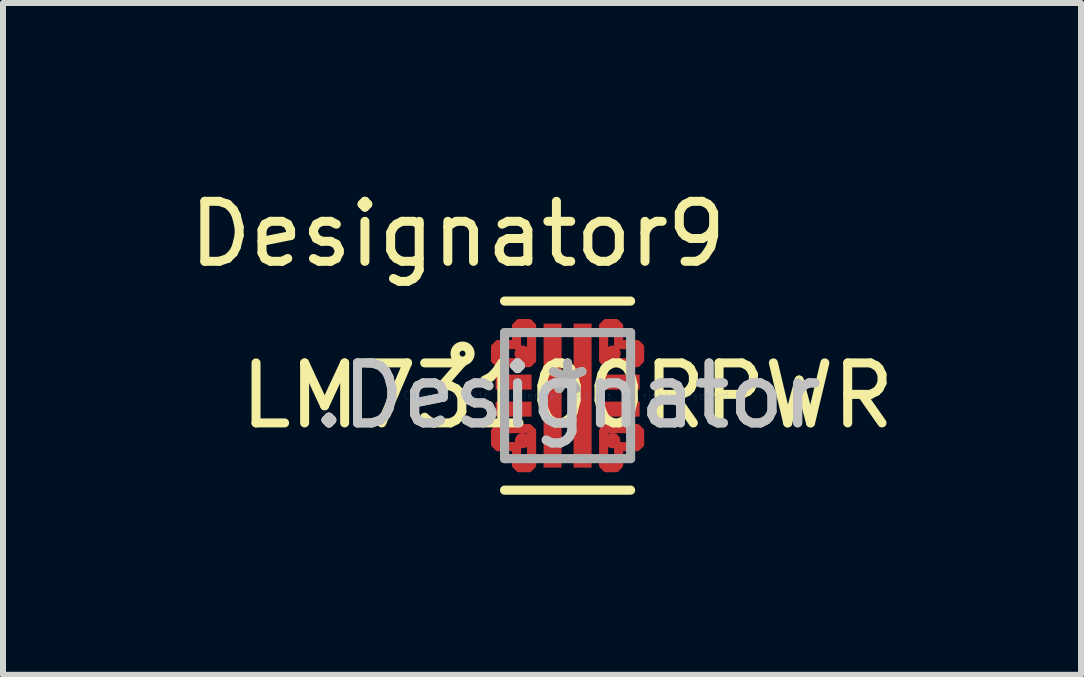
<source format=kicad_pcb>
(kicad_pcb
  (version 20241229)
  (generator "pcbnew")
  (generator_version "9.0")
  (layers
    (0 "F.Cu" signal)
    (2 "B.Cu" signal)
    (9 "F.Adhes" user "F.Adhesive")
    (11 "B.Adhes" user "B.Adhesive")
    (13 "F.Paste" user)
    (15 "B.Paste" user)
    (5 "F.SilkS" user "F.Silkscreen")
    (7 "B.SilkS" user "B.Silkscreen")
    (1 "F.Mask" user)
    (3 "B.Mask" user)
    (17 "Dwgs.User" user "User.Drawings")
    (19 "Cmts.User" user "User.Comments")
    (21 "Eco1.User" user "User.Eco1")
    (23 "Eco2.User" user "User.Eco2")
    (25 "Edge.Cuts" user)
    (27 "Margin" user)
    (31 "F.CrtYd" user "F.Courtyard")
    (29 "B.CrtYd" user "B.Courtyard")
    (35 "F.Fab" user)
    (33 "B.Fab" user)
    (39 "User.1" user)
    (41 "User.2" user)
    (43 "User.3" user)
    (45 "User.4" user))
  (footprint "LM73100RPWR"
    (layer "F.Cu")
    (at 6.406 3.541)
    (property "Reference" "LM73100RPWR" (at 0 0 0) (layer "F.SilkS") (effects (font (size 1 1) (thickness 0.15))))
    (attr through_hole)
    (fp_line (start -1.2 -0.8) (end -1.15 -0.85) (stroke (width 0.152) (type solid)) (layer "F.Cu"))
    (fp_line (start -1.2 -0.6) (end -1.2 -0.8) (stroke (width 0.152) (type solid)) (layer "F.Cu"))
    (fp_line (start -1.2 0.6) (end -1.2 0.8) (stroke (width 0.152) (type solid)) (layer "F.Cu"))
    (fp_line (start -1.2 0.8) (end -1.15 0.85) (stroke (width 0.152) (type solid)) (layer "F.Cu"))
    (fp_line (start -1.15 -0.85) (end -0.85 -0.85) (stroke (width 0.152) (type solid)) (layer "F.Cu"))
    (fp_line (start -1.15 -0.55) (end -1.2 -0.6) (stroke (width 0.152) (type solid)) (layer "F.Cu"))
    (fp_line (start -1.15 0.55) (end -1.2 0.6) (stroke (width 0.152) (type solid)) (layer "F.Cu"))
    (fp_line (start -1.15 0.85) (end -0.85 0.85) (stroke (width 0.152) (type solid)) (layer "F.Cu"))
    (fp_line (start -0.85 -1.15) (end -0.8 -1.2) (stroke (width 0.152) (type solid)) (layer "F.Cu"))
    (fp_line (start -0.85 -0.85) (end -0.85 -1.15) (stroke (width 0.152) (type solid)) (layer "F.Cu"))
    (fp_line (start -0.85 0.85) (end -0.85 1.15) (stroke (width 0.152) (type solid)) (layer "F.Cu"))
    (fp_line (start -0.85 1.15) (end -0.8 1.2) (stroke (width 0.152) (type solid)) (layer "F.Cu"))
    (fp_line (start -0.8 -1.2) (end -0.65 -1.2) (stroke (width 0.152) (type solid)) (layer "F.Cu"))
    (fp_line (start -0.8 1.2) (end -0.65 1.2) (stroke (width 0.152) (type solid)) (layer "F.Cu"))
    (fp_line (start -0.65 -1.2) (end -0.6 -1.15) (stroke (width 0.152) (type solid)) (layer "F.Cu"))
    (fp_line (start -0.65 -0.55) (end -1.15 -0.55) (stroke (width 0.152) (type solid)) (layer "F.Cu"))
    (fp_line (start -0.65 0.55) (end -1.15 0.55) (stroke (width 0.152) (type solid)) (layer "F.Cu"))
    (fp_line (start -0.65 1.2) (end -0.6 1.15) (stroke (width 0.152) (type solid)) (layer "F.Cu"))
    (fp_line (start -0.6 0.6) (end -0.65 0.55) (stroke (width 0.152) (type solid)) (layer "F.Cu"))
    (fp_line (start -0.6 -1.15) (end -0.6 -0.6) (stroke (width 0.152) (type solid)) (layer "F.Cu"))
    (fp_line (start -0.6 -0.6) (end -0.65 -0.55) (stroke (width 0.152) (type solid)) (layer "F.Cu"))
    (fp_line (start -0.6 1.15) (end -0.6 0.6) (stroke (width 0.152) (type solid)) (layer "F.Cu"))
    (fp_line (start 0.6 -1.15) (end 0.6 -0.6) (stroke (width 0.152) (type solid)) (layer "F.Cu"))
    (fp_line (start 0.6 -0.6) (end 0.65 -0.55) (stroke (width 0.152) (type solid)) (layer "F.Cu"))
    (fp_line (start 0.6 0.6) (end 0.65 0.55) (stroke (width 0.152) (type solid)) (layer "F.Cu"))
    (fp_line (start 0.6 1.15) (end 0.6 0.6) (stroke (width 0.152) (type solid)) (layer "F.Cu"))
    (fp_line (start 0.65 -1.2) (end 0.6 -1.15) (stroke (width 0.152) (type solid)) (layer "F.Cu"))
    (fp_line (start 0.65 -0.55) (end 1.15 -0.55) (stroke (width 0.152) (type solid)) (layer "F.Cu"))
    (fp_line (start 0.65 0.55) (end 1.15 0.55) (stroke (width 0.152) (type solid)) (layer "F.Cu"))
    (fp_line (start 0.65 1.2) (end 0.6 1.15) (stroke (width 0.152) (type solid)) (layer "F.Cu"))
    (fp_line (start 0.8 -1.2) (end 0.65 -1.2) (stroke (width 0.152) (type solid)) (layer "F.Cu"))
    (fp_line (start 0.8 1.2) (end 0.65 1.2) (stroke (width 0.152) (type solid)) (layer "F.Cu"))
    (fp_line (start 0.85 -1.15) (end 0.8 -1.2) (stroke (width 0.152) (type solid)) (layer "F.Cu"))
    (fp_line (start 0.85 1.15) (end 0.8 1.2) (stroke (width 0.152) (type solid)) (layer "F.Cu"))
    (fp_line (start 0.85 -0.85) (end 0.85 -1.15) (stroke (width 0.152) (type solid)) (layer "F.Cu"))
    (fp_line (start 0.85 0.85) (end 0.85 1.15) (stroke (width 0.152) (type solid)) (layer "F.Cu"))
    (fp_line (start 1.15 -0.85) (end 0.85 -0.85) (stroke (width 0.152) (type solid)) (layer "F.Cu"))
    (fp_line (start 1.15 -0.55) (end 1.2 -0.6) (stroke (width 0.152) (type solid)) (layer "F.Cu"))
    (fp_line (start 1.15 0.55) (end 1.2 0.6) (stroke (width 0.152) (type solid)) (layer "F.Cu"))
    (fp_line (start 1.15 0.85) (end 0.85 0.85) (stroke (width 0.152) (type solid)) (layer "F.Cu"))
    (fp_line (start 1.2 -0.8) (end 1.15 -0.85) (stroke (width 0.152) (type solid)) (layer "F.Cu"))
    (fp_line (start 1.2 -0.6) (end 1.2 -0.8) (stroke (width 0.152) (type solid)) (layer "F.Cu"))
    (fp_line (start 1.2 0.6) (end 1.2 0.8) (stroke (width 0.152) (type solid)) (layer "F.Cu"))
    (fp_line (start 1.2 0.8) (end 1.15 0.85) (stroke (width 0.152) (type solid)) (layer "F.Cu"))
    (fp_line (start -1.2 -0.8) (end -1.15 -0.85) (stroke (width 0.152) (type solid)) (layer "F.Mask"))
    (fp_line (start -1.2 -0.6) (end -1.2 -0.8) (stroke (width 0.152) (type solid)) (layer "F.Mask"))
    (fp_line (start -1.2 0.6) (end -1.15 0.55) (stroke (width 0.152) (type solid)) (layer "F.Mask"))
    (fp_line (start -1.2 0.8) (end -1.2 0.6) (stroke (width 0.152) (type solid)) (layer "F.Mask"))
    (fp_line (start -1.15 -0.85) (end -0.85 -0.85) (stroke (width 0.152) (type solid)) (layer "F.Mask"))
    (fp_line (start -1.15 -0.55) (end -1.2 -0.6) (stroke (width 0.152) (type solid)) (layer "F.Mask"))
    (fp_line (start -1.15 0.55) (end -0.65 0.55) (stroke (width 0.152) (type solid)) (layer "F.Mask"))
    (fp_line (start -1.15 0.85) (end -1.2 0.8) (stroke (width 0.152) (type solid)) (layer "F.Mask"))
    (fp_line (start -0.85 -1.15) (end -0.8 -1.2) (stroke (width 0.152) (type solid)) (layer "F.Mask"))
    (fp_line (start -0.85 -0.85) (end -0.85 -1.15) (stroke (width 0.152) (type solid)) (layer "F.Mask"))
    (fp_line (start -0.85 0.85) (end -1.15 0.85) (stroke (width 0.152) (type solid)) (layer "F.Mask"))
    (fp_line (start -0.85 1.15) (end -0.85 0.85) (stroke (width 0.152) (type solid)) (layer "F.Mask"))
    (fp_line (start -0.8 -1.2) (end -0.65 -1.2) (stroke (width 0.152) (type solid)) (layer "F.Mask"))
    (fp_line (start -0.8 1.2) (end -0.85 1.15) (stroke (width 0.152) (type solid)) (layer "F.Mask"))
    (fp_line (start -0.65 -1.2) (end -0.6 -1.15) (stroke (width 0.152) (type solid)) (layer "F.Mask"))
    (fp_line (start -0.65 -0.55) (end -1.15 -0.55) (stroke (width 0.152) (type solid)) (layer "F.Mask"))
    (fp_line (start -0.65 0.55) (end -0.6 0.6) (stroke (width 0.152) (type solid)) (layer "F.Mask"))
    (fp_line (start -0.65 1.2) (end -0.8 1.2) (stroke (width 0.152) (type solid)) (layer "F.Mask"))
    (fp_line (start -0.6 0.6) (end -0.6 1.15) (stroke (width 0.152) (type solid)) (layer "F.Mask"))
    (fp_line (start -0.6 -1.15) (end -0.6 -0.6) (stroke (width 0.152) (type solid)) (layer "F.Mask"))
    (fp_line (start -0.6 -0.6) (end -0.65 -0.55) (stroke (width 0.152) (type solid)) (layer "F.Mask"))
    (fp_line (start -0.6 1.15) (end -0.65 1.2) (stroke (width 0.152) (type solid)) (layer "F.Mask"))
    (fp_line (start 0.6 -1.15) (end 0.65 -1.2) (stroke (width 0.152) (type solid)) (layer "F.Mask"))
    (fp_line (start 0.6 -0.6) (end 0.6 -1.15) (stroke (width 0.152) (type solid)) (layer "F.Mask"))
    (fp_line (start 0.6 0.6) (end 0.65 0.55) (stroke (width 0.152) (type solid)) (layer "F.Mask"))
    (fp_line (start 0.6 1.15) (end 0.6 0.6) (stroke (width 0.152) (type solid)) (layer "F.Mask"))
    (fp_line (start 0.65 -1.2) (end 0.8 -1.2) (stroke (width 0.152) (type solid)) (layer "F.Mask"))
    (fp_line (start 0.65 -0.55) (end 0.6 -0.6) (stroke (width 0.152) (type solid)) (layer "F.Mask"))
    (fp_line (start 0.65 0.55) (end 1.15 0.55) (stroke (width 0.152) (type solid)) (layer "F.Mask"))
    (fp_line (start 0.65 1.2) (end 0.6 1.15) (stroke (width 0.152) (type solid)) (layer "F.Mask"))
    (fp_line (start 0.8 -1.2) (end 0.85 -1.15) (stroke (width 0.152) (type solid)) (layer "F.Mask"))
    (fp_line (start 0.8 1.2) (end 0.65 1.2) (stroke (width 0.152) (type solid)) (layer "F.Mask"))
    (fp_line (start 0.85 -1.15) (end 0.85 -0.85) (stroke (width 0.152) (type solid)) (layer "F.Mask"))
    (fp_line (start 0.85 1.15) (end 0.8 1.2) (stroke (width 0.152) (type solid)) (layer "F.Mask"))
    (fp_line (start 0.85 -0.85) (end 1.15 -0.85) (stroke (width 0.152) (type solid)) (layer "F.Mask"))
    (fp_line (start 0.85 0.85) (end 0.85 1.15) (stroke (width 0.152) (type solid)) (layer "F.Mask"))
    (fp_line (start 1.15 -0.85) (end 1.2 -0.8) (stroke (width 0.152) (type solid)) (layer "F.Mask"))
    (fp_line (start 1.15 -0.55) (end 0.65 -0.55) (stroke (width 0.152) (type solid)) (layer "F.Mask"))
    (fp_line (start 1.15 0.55) (end 1.2 0.6) (stroke (width 0.152) (type solid)) (layer "F.Mask"))
    (fp_line (start 1.15 0.85) (end 0.85 0.85) (stroke (width 0.152) (type solid)) (layer "F.Mask"))
    (fp_line (start 1.2 -0.8) (end 1.2 -0.6) (stroke (width 0.152) (type solid)) (layer "F.Mask"))
    (fp_line (start 1.2 -0.6) (end 1.15 -0.55) (stroke (width 0.152) (type solid)) (layer "F.Mask"))
    (fp_line (start 1.2 0.6) (end 1.2 0.8) (stroke (width 0.152) (type solid)) (layer "F.Mask"))
    (fp_line (start 1.2 0.8) (end 1.15 0.85) (stroke (width 0.152) (type solid)) (layer "F.Mask"))
    (fp_line (start -1.05 -1.575) (end 1.05 -1.575) (stroke (width 0.152) (type solid)) (layer "F.SilkS"))
    (fp_line (start -1.05 1.575) (end 1.05 1.575) (stroke (width 0.152) (type solid)) (layer "F.SilkS"))
    (fp_circle (center -1.75 -0.7) (end -1.625 -0.7) (stroke (width 0.152) (type solid)) (fill no) (layer "F.SilkS"))
    (fp_line (start -1.2 -0.775) (end -1.15 -0.825) (stroke (width 0.152) (type solid)) (layer "F.Paste"))
    (fp_line (start -1.2 -0.6) (end -1.2 -0.775) (stroke (width 0.152) (type solid)) (layer "F.Paste"))
    (fp_line (start -1.2 0.6) (end -1.2 0.775) (stroke (width 0.152) (type solid)) (layer "F.Paste"))
    (fp_line (start -1.2 0.775) (end -1.15 0.825) (stroke (width 0.152) (type solid)) (layer "F.Paste"))
    (fp_line (start -1.15 -0.825) (end -0.825 -0.825) (stroke (width 0.152) (type solid)) (layer "F.Paste"))
    (fp_line (start -1.15 -0.55) (end -1.2 -0.6) (stroke (width 0.152) (type solid)) (layer "F.Paste"))
    (fp_line (start -1.15 0.55) (end -1.2 0.6) (stroke (width 0.152) (type solid)) (layer "F.Paste"))
    (fp_line (start -1.15 0.825) (end -0.825 0.825) (stroke (width 0.152) (type solid)) (layer "F.Paste"))
    (fp_line (start -0.825 -1.15) (end -0.775 -1.2) (stroke (width 0.152) (type solid)) (layer "F.Paste"))
    (fp_line (start -0.825 -0.825) (end -0.825 -1.15) (stroke (width 0.152) (type solid)) (layer "F.Paste"))
    (fp_line (start -0.825 0.825) (end -0.825 1.15) (stroke (width 0.152) (type solid)) (layer "F.Paste"))
    (fp_line (start -0.825 1.15) (end -0.775 1.2) (stroke (width 0.152) (type solid)) (layer "F.Paste"))
    (fp_line (start -0.775 -1.2) (end -0.65 -1.2) (stroke (width 0.152) (type solid)) (layer "F.Paste"))
    (fp_line (start -0.775 1.2) (end -0.65 1.2) (stroke (width 0.152) (type solid)) (layer "F.Paste"))
    (fp_line (start -0.65 -1.2) (end -0.6 -1.15) (stroke (width 0.152) (type solid)) (layer "F.Paste"))
    (fp_line (start -0.65 -0.55) (end -1.15 -0.55) (stroke (width 0.152) (type solid)) (layer "F.Paste"))
    (fp_line (start -0.65 0.55) (end -1.15 0.55) (stroke (width 0.152) (type solid)) (layer "F.Paste"))
    (fp_line (start -0.65 1.2) (end -0.6 1.15) (stroke (width 0.152) (type solid)) (layer "F.Paste"))
    (fp_line (start -0.6 -0.6) (end -0.65 -0.55) (stroke (width 0.152) (type solid)) (layer "F.Paste"))
    (fp_line (start -0.6 -1.15) (end -0.6 -0.6) (stroke (width 0.152) (type solid)) (layer "F.Paste"))
    (fp_line (start -0.6 0.6) (end -0.65 0.55) (stroke (width 0.152) (type solid)) (layer "F.Paste"))
    (fp_line (start -0.6 1.15) (end -0.6 0.6) (stroke (width 0.152) (type solid)) (layer "F.Paste"))
    (fp_line (start -0.39 -1.11) (end -0.34 -1.16) (stroke (width 0.152) (type solid)) (layer "F.Paste"))
    (fp_line (start -0.39 -0.15) (end -0.39 -1.11) (stroke (width 0.152) (type solid)) (layer "F.Paste"))
    (fp_line (start -0.39 0.15) (end -0.34 0.1) (stroke (width 0.152) (type solid)) (layer "F.Paste"))
    (fp_line (start -0.39 1.11) (end -0.39 0.15) (stroke (width 0.152) (type solid)) (layer "F.Paste"))
    (fp_line (start -0.34 -1.16) (end -0.16 -1.16) (stroke (width 0.152) (type solid)) (layer "F.Paste"))
    (fp_line (start -0.34 -0.1) (end -0.39 -0.15) (stroke (width 0.152) (type solid)) (layer "F.Paste"))
    (fp_line (start -0.34 0.1) (end -0.16 0.1) (stroke (width 0.152) (type solid)) (layer "F.Paste"))
    (fp_line (start -0.34 1.16) (end -0.39 1.11) (stroke (width 0.152) (type solid)) (layer "F.Paste"))
    (fp_line (start -0.16 -1.16) (end -0.11 -1.11) (stroke (width 0.152) (type solid)) (layer "F.Paste"))
    (fp_line (start -0.16 -0.1) (end -0.34 -0.1) (stroke (width 0.152) (type solid)) (layer "F.Paste"))
    (fp_line (start -0.16 0.1) (end -0.11 0.15) (stroke (width 0.152) (type solid)) (layer "F.Paste"))
    (fp_line (start -0.16 1.16) (end -0.34 1.16) (stroke (width 0.152) (type solid)) (layer "F.Paste"))
    (fp_line (start -0.11 -1.11) (end -0.11 -0.15) (stroke (width 0.152) (type solid)) (layer "F.Paste"))
    (fp_line (start -0.11 -0.15) (end -0.16 -0.1) (stroke (width 0.152) (type solid)) (layer "F.Paste"))
    (fp_line (start -0.11 0.15) (end -0.11 1.11) (stroke (width 0.152) (type solid)) (layer "F.Paste"))
    (fp_line (start -0.11 1.11) (end -0.16 1.16) (stroke (width 0.152) (type solid)) (layer "F.Paste"))
    (fp_line (start 0.11 -1.11) (end 0.16 -1.16) (stroke (width 0.152) (type solid)) (layer "F.Paste"))
    (fp_line (start 0.11 -0.15) (end 0.11 -1.11) (stroke (width 0.152) (type solid)) (layer "F.Paste"))
    (fp_line (start 0.11 0.15) (end 0.16 0.1) (stroke (width 0.152) (type solid)) (layer "F.Paste"))
    (fp_line (start 0.11 1.11) (end 0.11 0.15) (stroke (width 0.152) (type solid)) (layer "F.Paste"))
    (fp_line (start 0.16 -1.16) (end 0.34 -1.16) (stroke (width 0.152) (type solid)) (layer "F.Paste"))
    (fp_line (start 0.16 -0.1) (end 0.11 -0.15) (stroke (width 0.152) (type solid)) (layer "F.Paste"))
    (fp_line (start 0.16 0.1) (end 0.34 0.1) (stroke (width 0.152) (type solid)) (layer "F.Paste"))
    (fp_line (start 0.16 1.16) (end 0.11 1.11) (stroke (width 0.152) (type solid)) (layer "F.Paste"))
    (fp_line (start 0.34 -1.16) (end 0.39 -1.11) (stroke (width 0.152) (type solid)) (layer "F.Paste"))
    (fp_line (start 0.34 -0.1) (end 0.16 -0.1) (stroke (width 0.152) (type solid)) (layer "F.Paste"))
    (fp_line (start 0.34 0.1) (end 0.39 0.15) (stroke (width 0.152) (type solid)) (layer "F.Paste"))
    (fp_line (start 0.34 1.16) (end 0.16 1.16) (stroke (width 0.152) (type solid)) (layer "F.Paste"))
    (fp_line (start 0.39 -1.11) (end 0.39 -0.15) (stroke (width 0.152) (type solid)) (layer "F.Paste"))
    (fp_line (start 0.39 -0.15) (end 0.34 -0.1) (stroke (width 0.152) (type solid)) (layer "F.Paste"))
    (fp_line (start 0.39 0.15) (end 0.39 1.11) (stroke (width 0.152) (type solid)) (layer "F.Paste"))
    (fp_line (start 0.39 1.11) (end 0.34 1.16) (stroke (width 0.152) (type solid)) (layer "F.Paste"))
    (fp_line (start 0.6 -1.15) (end 0.6 -0.6) (stroke (width 0.152) (type solid)) (layer "F.Paste"))
    (fp_line (start 0.6 -0.6) (end 0.65 -0.55) (stroke (width 0.152) (type solid)) (layer "F.Paste"))
    (fp_line (start 0.6 1.15) (end 0.6 0.6) (stroke (width 0.152) (type solid)) (layer "F.Paste"))
    (fp_line (start 0.6 0.6) (end 0.65 0.55) (stroke (width 0.152) (type solid)) (layer "F.Paste"))
    (fp_line (start 0.65 -1.2) (end 0.6 -1.15) (stroke (width 0.152) (type solid)) (layer "F.Paste"))
    (fp_line (start 0.65 -0.55) (end 1.15 -0.55) (stroke (width 0.152) (type solid)) (layer "F.Paste"))
    (fp_line (start 0.65 0.55) (end 1.15 0.55) (stroke (width 0.152) (type solid)) (layer "F.Paste"))
    (fp_line (start 0.65 1.2) (end 0.6 1.15) (stroke (width 0.152) (type solid)) (layer "F.Paste"))
    (fp_line (start 0.775 -1.2) (end 0.65 -1.2) (stroke (width 0.152) (type solid)) (layer "F.Paste"))
    (fp_line (start 0.775 1.2) (end 0.65 1.2) (stroke (width 0.152) (type solid)) (layer "F.Paste"))
    (fp_line (start 0.825 -1.15) (end 0.775 -1.2) (stroke (width 0.152) (type solid)) (layer "F.Paste"))
    (fp_line (start 0.825 -0.825) (end 0.825 -1.15) (stroke (width 0.152) (type solid)) (layer "F.Paste"))
    (fp_line (start 0.825 0.825) (end 0.825 1.15) (stroke (width 0.152) (type solid)) (layer "F.Paste"))
    (fp_line (start 0.825 1.15) (end 0.775 1.2) (stroke (width 0.152) (type solid)) (layer "F.Paste"))
    (fp_line (start 1.15 -0.825) (end 0.825 -0.825) (stroke (width 0.152) (type solid)) (layer "F.Paste"))
    (fp_line (start 1.15 -0.55) (end 1.2 -0.6) (stroke (width 0.152) (type solid)) (layer "F.Paste"))
    (fp_line (start 1.15 0.55) (end 1.2 0.6) (stroke (width 0.152) (type solid)) (layer "F.Paste"))
    (fp_line (start 1.15 0.825) (end 0.825 0.825) (stroke (width 0.152) (type solid)) (layer "F.Paste"))
    (fp_line (start 1.2 -0.775) (end 1.15 -0.825) (stroke (width 0.152) (type solid)) (layer "F.Paste"))
    (fp_line (start 1.2 -0.6) (end 1.2 -0.775) (stroke (width 0.152) (type solid)) (layer "F.Paste"))
    (fp_line (start 1.2 0.6) (end 1.2 0.775) (stroke (width 0.152) (type solid)) (layer "F.Paste"))
    (fp_line (start 1.2 0.775) (end 1.15 0.825) (stroke (width 0.152) (type solid)) (layer "F.Paste"))
    (fp_line (start -1.05 -1.05) (end 1.05 -1.05) (stroke (width 0.152) (type solid)) (layer "F.Fab"))
    (fp_line (start -1.05 1.05) (end -1.05 -1.05) (stroke (width 0.152) (type solid)) (layer "F.Fab"))
    (fp_line (start -1.05 1.05) (end 1.05 1.05) (stroke (width 0.152) (type solid)) (layer "F.Fab"))
    (fp_line (start 1.05 1.05) (end 1.05 -1.05) (stroke (width 0.152) (type solid)) (layer "F.Fab"))
    (fp_text user "Designator9" (at -1.829 -2.692 0) (layer "F.SilkS") (effects (font (size 1 1) (thickness 0.15))))
    (fp_text user "*" (at 0 0 0) (layer "F.SilkS") (effects (font (size 1 1) (thickness 0.15))))
    (fp_text user ".Designator" (at 0 0 0) (layer "Dwgs.User") (effects (font (size 1 1) (thickness 0.15))))
    (fp_text user "Copyright 2016 Accelerated Designs. All rights reserved." (at 0 0 0) (layer "Cmts.User") (effects (font (size 0.127 0.127) (thickness 0.002))))
    (fp_text user "*" (at 0 0 0) (layer "F.Fab") (effects (font (size 1 1) (thickness 0.15))))
    (fp_text user ".Designator" (at 0 0 0) (layer "F.Fab") (effects (font (size 1 1) (thickness 0.15))))
    (pad "1" smd circle (at -0.75 -0.7) (size 0.27 0.27) (layers "F.Cu" "F.Mask" "F.Paste"))
    (pad "2" smd rect (at -0.9 -0.225) (size 0.6 0.25) (layers "F.Cu" "F.Mask" "F.Paste"))
    (pad "3" smd rect (at -0.9 0.225) (size 0.6 0.25) (layers "F.Cu" "F.Mask" "F.Paste"))
    (pad "4" smd circle (at -0.75 0.75) (size 0.255 0.255) (layers "F.Cu" "F.Mask" "F.Paste"))
    (pad "5" smd rect (at -0.25 0) (size 0.3 2.4) (layers "F.Cu" "F.Mask" "F.Paste"))
    (pad "6" smd rect (at 0.25 0) (size 0.3 2.4) (layers "F.Cu" "F.Mask" "F.Paste"))
    (pad "7" smd circle (at 0.75 0.75) (size 0.255 0.255) (layers "F.Cu" "F.Mask" "F.Paste"))
    (pad "8" smd rect (at 0.9 0.225) (size 0.6 0.25) (layers "F.Cu" "F.Mask" "F.Paste"))
    (pad "9" smd rect (at 0.9 -0.225) (size 0.6 0.25) (layers "F.Cu" "F.Mask" "F.Paste"))
    (pad "10" smd circle (at 0.75 -0.7) (size 0.27 0.27) (layers "F.Cu" "F.Mask" "F.Paste")))
  (gr_rect
    (start -3 -3)
    (end 14.96 8.192)
    (stroke (width 0.1) (type default))
    (fill no)
    (layer "Edge.Cuts")))
</source>
